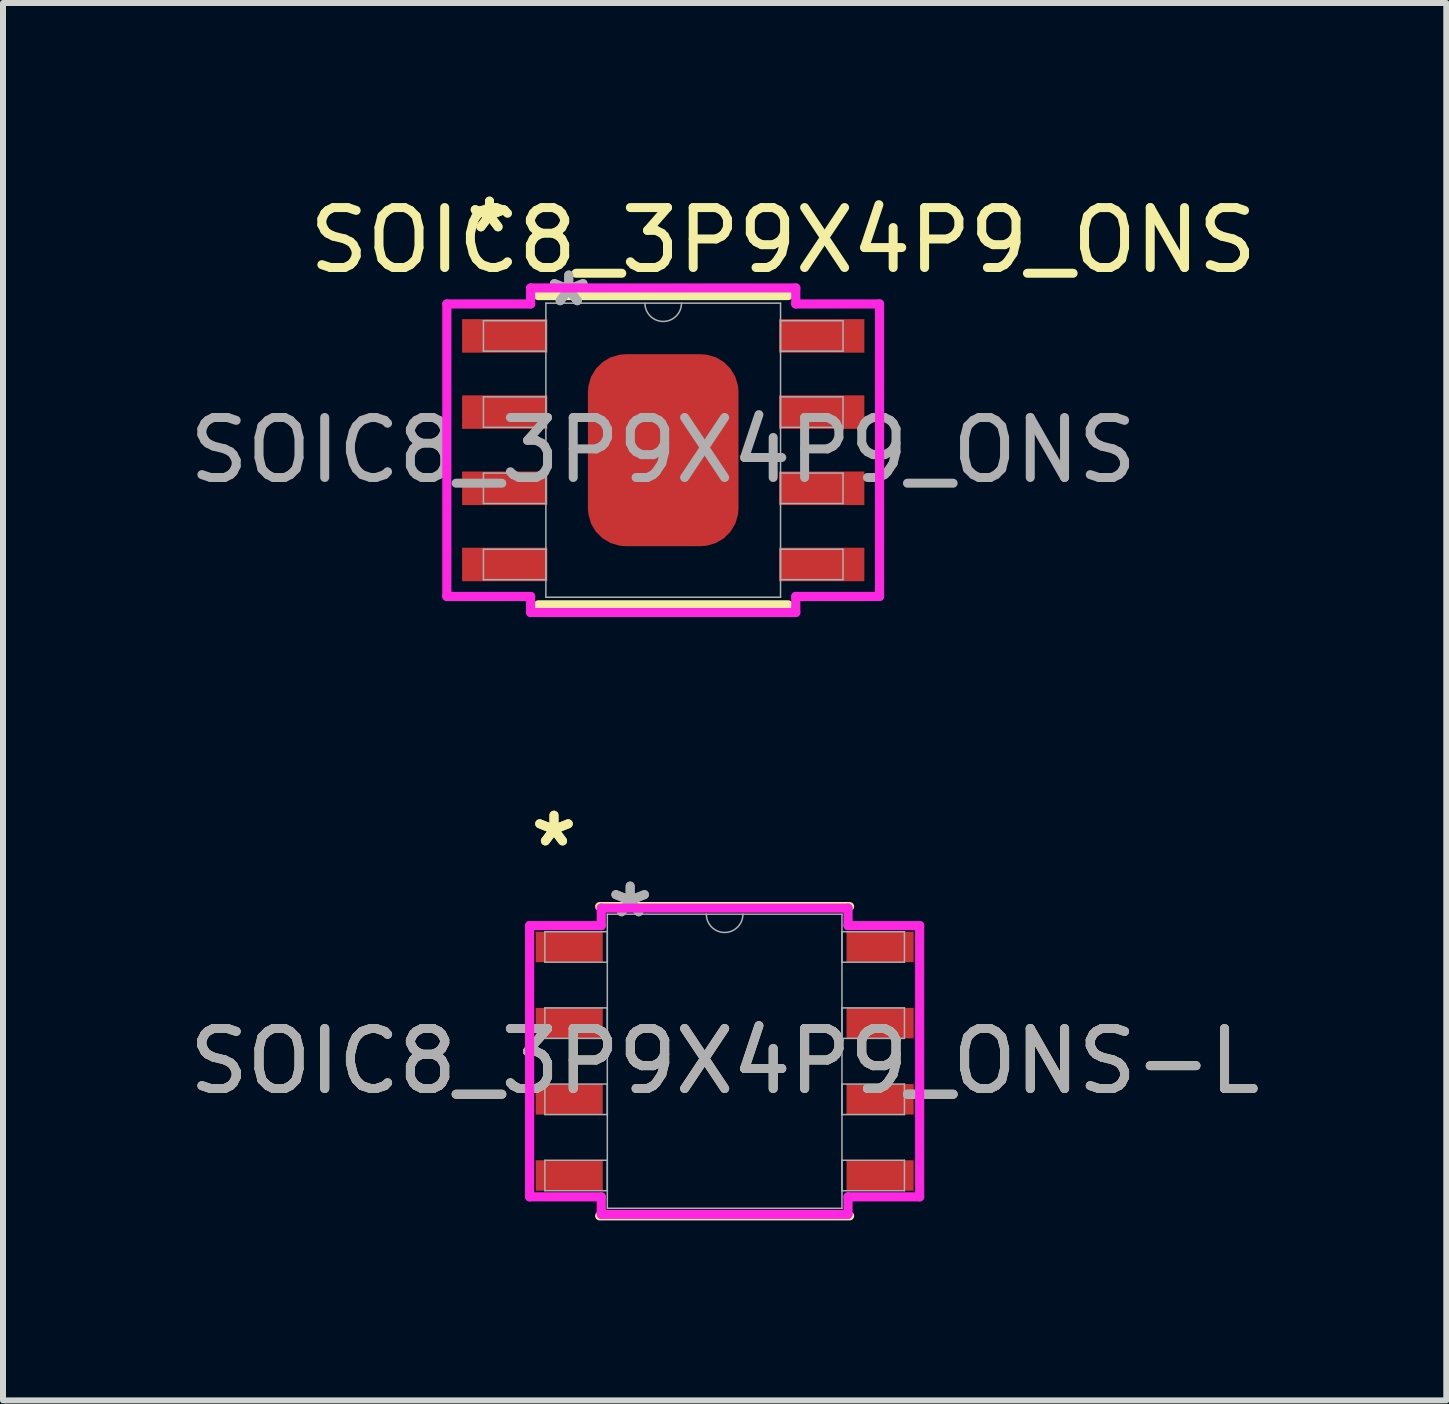
<source format=kicad_pcb>
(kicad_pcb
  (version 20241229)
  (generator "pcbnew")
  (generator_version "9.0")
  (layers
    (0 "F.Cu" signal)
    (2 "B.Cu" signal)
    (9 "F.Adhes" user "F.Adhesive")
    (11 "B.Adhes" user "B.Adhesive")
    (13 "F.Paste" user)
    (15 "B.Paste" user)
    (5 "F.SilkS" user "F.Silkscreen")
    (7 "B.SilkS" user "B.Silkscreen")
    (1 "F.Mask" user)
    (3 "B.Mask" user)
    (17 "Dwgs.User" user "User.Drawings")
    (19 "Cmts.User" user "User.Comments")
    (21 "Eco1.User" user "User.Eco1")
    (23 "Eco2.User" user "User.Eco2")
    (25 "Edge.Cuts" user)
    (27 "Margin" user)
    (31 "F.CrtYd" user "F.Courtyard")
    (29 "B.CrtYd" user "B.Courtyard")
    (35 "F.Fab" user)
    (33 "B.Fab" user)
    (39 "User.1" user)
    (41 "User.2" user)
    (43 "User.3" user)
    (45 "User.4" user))
  (footprint "SOIC8_3P9X4P9_ONS"
    (layer "F.Cu")
    (at 8.006 4.455)
    (property "Reference" "SOIC8_3P9X4P9_ONS" (at 2 -3.5 0) (unlocked yes) (layer "F.SilkS") (effects (font (size 1 1) (thickness 0.15))))
    (attr smd)
    (fp_line (start -2.083 2.578) (end 2.083 2.578) (stroke (width 0.152) (type solid)) (layer "F.SilkS"))
    (fp_line (start 2.083 -2.578) (end -2.083 -2.578) (stroke (width 0.152) (type solid)) (layer "F.SilkS"))
    (fp_line (start -3.607 -2.438) (end -2.21 -2.438) (stroke (width 0.152) (type solid)) (layer "F.CrtYd"))
    (fp_line (start -3.607 2.438) (end -3.607 -2.438) (stroke (width 0.152) (type solid)) (layer "F.CrtYd"))
    (fp_line (start -3.607 2.438) (end -2.21 2.438) (stroke (width 0.152) (type solid)) (layer "F.CrtYd"))
    (fp_line (start -2.21 -2.705) (end 2.21 -2.705) (stroke (width 0.152) (type solid)) (layer "F.CrtYd"))
    (fp_line (start -2.21 -2.438) (end -2.21 -2.705) (stroke (width 0.152) (type solid)) (layer "F.CrtYd"))
    (fp_line (start -2.21 2.705) (end -2.21 2.438) (stroke (width 0.152) (type solid)) (layer "F.CrtYd"))
    (fp_line (start 2.21 -2.705) (end 2.21 -2.438) (stroke (width 0.152) (type solid)) (layer "F.CrtYd"))
    (fp_line (start 2.21 2.438) (end 2.21 2.705) (stroke (width 0.152) (type solid)) (layer "F.CrtYd"))
    (fp_line (start 2.21 2.705) (end -2.21 2.705) (stroke (width 0.152) (type solid)) (layer "F.CrtYd"))
    (fp_line (start 3.607 -2.438) (end 2.21 -2.438) (stroke (width 0.152) (type solid)) (layer "F.CrtYd"))
    (fp_line (start 3.607 -2.438) (end 3.607 2.438) (stroke (width 0.152) (type solid)) (layer "F.CrtYd"))
    (fp_line (start 3.607 2.438) (end 2.21 2.438) (stroke (width 0.152) (type solid)) (layer "F.CrtYd"))
    (fp_line (start -2.997 -2.159) (end -2.997 -1.651) (stroke (width 0.025) (type solid)) (layer "F.Fab"))
    (fp_line (start -2.997 -1.651) (end -1.956 -1.651) (stroke (width 0.025) (type solid)) (layer "F.Fab"))
    (fp_line (start -2.997 -0.889) (end -2.997 -0.381) (stroke (width 0.025) (type solid)) (layer "F.Fab"))
    (fp_line (start -2.997 -0.381) (end -1.956 -0.381) (stroke (width 0.025) (type solid)) (layer "F.Fab"))
    (fp_line (start -2.997 0.381) (end -2.997 0.889) (stroke (width 0.025) (type solid)) (layer "F.Fab"))
    (fp_line (start -2.997 0.889) (end -1.956 0.889) (stroke (width 0.025) (type solid)) (layer "F.Fab"))
    (fp_line (start -2.997 1.651) (end -2.997 2.159) (stroke (width 0.025) (type solid)) (layer "F.Fab"))
    (fp_line (start -2.997 2.159) (end -1.956 2.159) (stroke (width 0.025) (type solid)) (layer "F.Fab"))
    (fp_line (start -1.956 -2.451) (end -1.956 2.451) (stroke (width 0.025) (type solid)) (layer "F.Fab"))
    (fp_line (start -1.956 -2.159) (end -2.997 -2.159) (stroke (width 0.025) (type solid)) (layer "F.Fab"))
    (fp_line (start -1.956 -1.651) (end -1.956 -2.159) (stroke (width 0.025) (type solid)) (layer "F.Fab"))
    (fp_line (start -1.956 -0.889) (end -2.997 -0.889) (stroke (width 0.025) (type solid)) (layer "F.Fab"))
    (fp_line (start -1.956 -0.381) (end -1.956 -0.889) (stroke (width 0.025) (type solid)) (layer "F.Fab"))
    (fp_line (start -1.956 0.381) (end -2.997 0.381) (stroke (width 0.025) (type solid)) (layer "F.Fab"))
    (fp_line (start -1.956 0.889) (end -1.956 0.381) (stroke (width 0.025) (type solid)) (layer "F.Fab"))
    (fp_line (start -1.956 1.651) (end -2.997 1.651) (stroke (width 0.025) (type solid)) (layer "F.Fab"))
    (fp_line (start -1.956 2.159) (end -1.956 1.651) (stroke (width 0.025) (type solid)) (layer "F.Fab"))
    (fp_line (start -1.956 2.451) (end 1.956 2.451) (stroke (width 0.025) (type solid)) (layer "F.Fab"))
    (fp_line (start 1.956 -2.451) (end -1.956 -2.451) (stroke (width 0.025) (type solid)) (layer "F.Fab"))
    (fp_line (start 1.956 -2.159) (end 1.956 -1.651) (stroke (width 0.025) (type solid)) (layer "F.Fab"))
    (fp_line (start 1.956 -1.651) (end 2.997 -1.651) (stroke (width 0.025) (type solid)) (layer "F.Fab"))
    (fp_line (start 1.956 -0.889) (end 1.956 -0.381) (stroke (width 0.025) (type solid)) (layer "F.Fab"))
    (fp_line (start 1.956 -0.381) (end 2.997 -0.381) (stroke (width 0.025) (type solid)) (layer "F.Fab"))
    (fp_line (start 1.956 0.381) (end 1.956 0.889) (stroke (width 0.025) (type solid)) (layer "F.Fab"))
    (fp_line (start 1.956 0.889) (end 2.997 0.889) (stroke (width 0.025) (type solid)) (layer "F.Fab"))
    (fp_line (start 1.956 1.651) (end 1.956 2.159) (stroke (width 0.025) (type solid)) (layer "F.Fab"))
    (fp_line (start 1.956 2.159) (end 2.997 2.159) (stroke (width 0.025) (type solid)) (layer "F.Fab"))
    (fp_line (start 1.956 2.451) (end 1.956 -2.451) (stroke (width 0.025) (type solid)) (layer "F.Fab"))
    (fp_line (start 2.997 -2.159) (end 1.956 -2.159) (stroke (width 0.025) (type solid)) (layer "F.Fab"))
    (fp_line (start 2.997 -1.651) (end 2.997 -2.159) (stroke (width 0.025) (type solid)) (layer "F.Fab"))
    (fp_line (start 2.997 -0.889) (end 1.956 -0.889) (stroke (width 0.025) (type solid)) (layer "F.Fab"))
    (fp_line (start 2.997 -0.381) (end 2.997 -0.889) (stroke (width 0.025) (type solid)) (layer "F.Fab"))
    (fp_line (start 2.997 0.381) (end 1.956 0.381) (stroke (width 0.025) (type solid)) (layer "F.Fab"))
    (fp_line (start 2.997 0.889) (end 2.997 0.381) (stroke (width 0.025) (type solid)) (layer "F.Fab"))
    (fp_line (start 2.997 1.651) (end 1.956 1.651) (stroke (width 0.025) (type solid)) (layer "F.Fab"))
    (fp_line (start 2.997 2.159) (end 2.997 1.651) (stroke (width 0.025) (type solid)) (layer "F.Fab"))
    (fp_arc (start 0.3048 -2.4511) (mid 0 -2.1463) (end -0.3048 -2.4511) (stroke (width 0.0254) (type solid)) (layer "F.Fab"))
    (fp_text user "*" (at -2.896 -3.607 0) (unlocked yes) (layer "F.SilkS") (effects (font (size 1 1) (thickness 0.15))))
    (fp_text user "*" (at -2.896 -3.607 0) (layer "F.SilkS") (effects (font (size 1 1) (thickness 0.15))))
    (fp_text user "*" (at -1.575 -2.375 0) (unlocked yes) (layer "F.Fab") (effects (font (size 1 1) (thickness 0.15))))
    (fp_text user "*" (at -1.575 -2.375 0) (layer "F.Fab") (effects (font (size 1 1) (thickness 0.15))))
    (fp_text user "${REFERENCE}" (at 0 0 0) (unlocked yes) (layer "F.Fab") (effects (font (size 1 1) (thickness 0.15))))
    (pad "1" smd rect (at -2.642 -1.905) (size 1.422 0.559) (layers "F.Cu" "F.Mask" "F.Paste"))
    (pad "2" smd rect (at -2.642 -0.635) (size 1.422 0.559) (layers "F.Cu" "F.Mask" "F.Paste"))
    (pad "3" smd rect (at -2.642 0.635) (size 1.422 0.559) (layers "F.Cu" "F.Mask" "F.Paste"))
    (pad "4" smd rect (at -2.642 1.905) (size 1.422 0.559) (layers "F.Cu" "F.Mask" "F.Paste"))
    (pad "4" smd roundrect (at 0 0) (size 2.51 3.2) (layers "F.Cu" "F.Mask" "F.Paste") (roundrect_rratio 0.25))
    (pad "5" smd rect (at 2.642 1.905) (size 1.422 0.559) (layers "F.Cu" "F.Mask" "F.Paste"))
    (pad "6" smd rect (at 2.642 0.635) (size 1.422 0.559) (layers "F.Cu" "F.Mask" "F.Paste"))
    (pad "7" smd rect (at 2.642 -0.635) (size 1.422 0.559) (layers "F.Cu" "F.Mask" "F.Paste"))
    (pad "8" smd rect (at 2.642 -1.905) (size 1.422 0.559) (layers "F.Cu" "F.Mask" "F.Paste")))
  (footprint "SOIC8_3P9X4P9_ONS-L"
    (layer "F.Cu")
    (at 9.03 14.641)
    (property "Reference" "SOIC8_3P9X4P9_ONS-L" (at 0 0 0) (unlocked yes) (layer "F.SilkS") (effects (font (size 1 1) (thickness 0.15))))
    (attr smd)
    (fp_line (start -2.083 2.578) (end 2.083 2.578) (stroke (width 0.152) (type solid)) (layer "F.SilkS"))
    (fp_line (start 2.083 -2.578) (end -2.083 -2.578) (stroke (width 0.152) (type solid)) (layer "F.SilkS"))
    (fp_line (start -3.251 -2.261) (end -2.057 -2.261) (stroke (width 0.152) (type solid)) (layer "F.CrtYd"))
    (fp_line (start -3.251 2.261) (end -3.251 -2.261) (stroke (width 0.152) (type solid)) (layer "F.CrtYd"))
    (fp_line (start -3.251 2.261) (end -2.057 2.261) (stroke (width 0.152) (type solid)) (layer "F.CrtYd"))
    (fp_line (start -2.057 -2.553) (end 2.057 -2.553) (stroke (width 0.152) (type solid)) (layer "F.CrtYd"))
    (fp_line (start -2.057 -2.261) (end -2.057 -2.553) (stroke (width 0.152) (type solid)) (layer "F.CrtYd"))
    (fp_line (start -2.057 2.553) (end -2.057 2.261) (stroke (width 0.152) (type solid)) (layer "F.CrtYd"))
    (fp_line (start 2.057 -2.553) (end 2.057 -2.261) (stroke (width 0.152) (type solid)) (layer "F.CrtYd"))
    (fp_line (start 2.057 2.261) (end 2.057 2.553) (stroke (width 0.152) (type solid)) (layer "F.CrtYd"))
    (fp_line (start 2.057 2.553) (end -2.057 2.553) (stroke (width 0.152) (type solid)) (layer "F.CrtYd"))
    (fp_line (start 3.251 -2.261) (end 2.057 -2.261) (stroke (width 0.152) (type solid)) (layer "F.CrtYd"))
    (fp_line (start 3.251 -2.261) (end 3.251 2.261) (stroke (width 0.152) (type solid)) (layer "F.CrtYd"))
    (fp_line (start 3.251 2.261) (end 2.057 2.261) (stroke (width 0.152) (type solid)) (layer "F.CrtYd"))
    (fp_line (start -2.997 -2.159) (end -2.997 -1.651) (stroke (width 0.025) (type solid)) (layer "F.Fab"))
    (fp_line (start -2.997 -1.651) (end -1.956 -1.651) (stroke (width 0.025) (type solid)) (layer "F.Fab"))
    (fp_line (start -2.997 -0.889) (end -2.997 -0.381) (stroke (width 0.025) (type solid)) (layer "F.Fab"))
    (fp_line (start -2.997 -0.381) (end -1.956 -0.381) (stroke (width 0.025) (type solid)) (layer "F.Fab"))
    (fp_line (start -2.997 0.381) (end -2.997 0.889) (stroke (width 0.025) (type solid)) (layer "F.Fab"))
    (fp_line (start -2.997 0.889) (end -1.956 0.889) (stroke (width 0.025) (type solid)) (layer "F.Fab"))
    (fp_line (start -2.997 1.651) (end -2.997 2.159) (stroke (width 0.025) (type solid)) (layer "F.Fab"))
    (fp_line (start -2.997 2.159) (end -1.956 2.159) (stroke (width 0.025) (type solid)) (layer "F.Fab"))
    (fp_line (start -1.956 -2.451) (end -1.956 2.451) (stroke (width 0.025) (type solid)) (layer "F.Fab"))
    (fp_line (start -1.956 -2.159) (end -2.997 -2.159) (stroke (width 0.025) (type solid)) (layer "F.Fab"))
    (fp_line (start -1.956 -1.651) (end -1.956 -2.159) (stroke (width 0.025) (type solid)) (layer "F.Fab"))
    (fp_line (start -1.956 -0.889) (end -2.997 -0.889) (stroke (width 0.025) (type solid)) (layer "F.Fab"))
    (fp_line (start -1.956 -0.381) (end -1.956 -0.889) (stroke (width 0.025) (type solid)) (layer "F.Fab"))
    (fp_line (start -1.956 0.381) (end -2.997 0.381) (stroke (width 0.025) (type solid)) (layer "F.Fab"))
    (fp_line (start -1.956 0.889) (end -1.956 0.381) (stroke (width 0.025) (type solid)) (layer "F.Fab"))
    (fp_line (start -1.956 1.651) (end -2.997 1.651) (stroke (width 0.025) (type solid)) (layer "F.Fab"))
    (fp_line (start -1.956 2.159) (end -1.956 1.651) (stroke (width 0.025) (type solid)) (layer "F.Fab"))
    (fp_line (start -1.956 2.451) (end 1.956 2.451) (stroke (width 0.025) (type solid)) (layer "F.Fab"))
    (fp_line (start 1.956 -2.451) (end -1.956 -2.451) (stroke (width 0.025) (type solid)) (layer "F.Fab"))
    (fp_line (start 1.956 -2.159) (end 1.956 -1.651) (stroke (width 0.025) (type solid)) (layer "F.Fab"))
    (fp_line (start 1.956 -1.651) (end 2.997 -1.651) (stroke (width 0.025) (type solid)) (layer "F.Fab"))
    (fp_line (start 1.956 -0.889) (end 1.956 -0.381) (stroke (width 0.025) (type solid)) (layer "F.Fab"))
    (fp_line (start 1.956 -0.381) (end 2.997 -0.381) (stroke (width 0.025) (type solid)) (layer "F.Fab"))
    (fp_line (start 1.956 0.381) (end 1.956 0.889) (stroke (width 0.025) (type solid)) (layer "F.Fab"))
    (fp_line (start 1.956 0.889) (end 2.997 0.889) (stroke (width 0.025) (type solid)) (layer "F.Fab"))
    (fp_line (start 1.956 1.651) (end 1.956 2.159) (stroke (width 0.025) (type solid)) (layer "F.Fab"))
    (fp_line (start 1.956 2.159) (end 2.997 2.159) (stroke (width 0.025) (type solid)) (layer "F.Fab"))
    (fp_line (start 1.956 2.451) (end 1.956 -2.451) (stroke (width 0.025) (type solid)) (layer "F.Fab"))
    (fp_line (start 2.997 -2.159) (end 1.956 -2.159) (stroke (width 0.025) (type solid)) (layer "F.Fab"))
    (fp_line (start 2.997 -1.651) (end 2.997 -2.159) (stroke (width 0.025) (type solid)) (layer "F.Fab"))
    (fp_line (start 2.997 -0.889) (end 1.956 -0.889) (stroke (width 0.025) (type solid)) (layer "F.Fab"))
    (fp_line (start 2.997 -0.381) (end 2.997 -0.889) (stroke (width 0.025) (type solid)) (layer "F.Fab"))
    (fp_line (start 2.997 0.381) (end 1.956 0.381) (stroke (width 0.025) (type solid)) (layer "F.Fab"))
    (fp_line (start 2.997 0.889) (end 2.997 0.381) (stroke (width 0.025) (type solid)) (layer "F.Fab"))
    (fp_line (start 2.997 1.651) (end 1.956 1.651) (stroke (width 0.025) (type solid)) (layer "F.Fab"))
    (fp_line (start 2.997 2.159) (end 2.997 1.651) (stroke (width 0.025) (type solid)) (layer "F.Fab"))
    (fp_arc (start 0.3048 -2.4511) (mid 0 -2.1463) (end -0.3048 -2.4511) (stroke (width 0.0254) (type solid)) (layer "F.Fab"))
    (fp_text user "*" (at -2.845 -3.556 0) (unlocked yes) (layer "F.SilkS") (effects (font (size 1 1) (thickness 0.15))))
    (fp_text user "*" (at -2.845 -3.556 0) (layer "F.SilkS") (effects (font (size 1 1) (thickness 0.15))))
    (fp_text user "${REFERENCE}" (at 0 0 0) (unlocked yes) (layer "F.Fab") (effects (font (size 1 1) (thickness 0.15))))
    (fp_text user "*" (at -1.575 -2.375 0) (unlocked yes) (layer "F.Fab") (effects (font (size 1 1) (thickness 0.15))))
    (fp_text user "*" (at -1.575 -2.375 0) (layer "F.Fab") (effects (font (size 1 1) (thickness 0.15))))
    (pad "1" smd rect (at -2.591 -1.905) (size 1.118 0.508) (layers "F.Cu" "F.Mask" "F.Paste"))
    (pad "2" smd rect (at -2.591 -0.635) (size 1.118 0.508) (layers "F.Cu" "F.Mask" "F.Paste"))
    (pad "3" smd rect (at -2.591 0.635) (size 1.118 0.508) (layers "F.Cu" "F.Mask" "F.Paste"))
    (pad "4" smd rect (at -2.591 1.905) (size 1.118 0.508) (layers "F.Cu" "F.Mask" "F.Paste"))
    (pad "5" smd rect (at 2.591 1.905) (size 1.118 0.508) (layers "F.Cu" "F.Mask" "F.Paste"))
    (pad "6" smd rect (at 2.591 0.635) (size 1.118 0.508) (layers "F.Cu" "F.Mask" "F.Paste"))
    (pad "7" smd rect (at 2.591 -0.635) (size 1.118 0.508) (layers "F.Cu" "F.Mask" "F.Paste"))
    (pad "8" smd rect (at 2.591 -1.905) (size 1.118 0.508) (layers "F.Cu" "F.Mask" "F.Paste")))
  (gr_rect
    (start -3 -3)
    (end 21.06 20.295)
    (stroke (width 0.1) (type default))
    (fill no)
    (layer "Edge.Cuts")))
</source>
